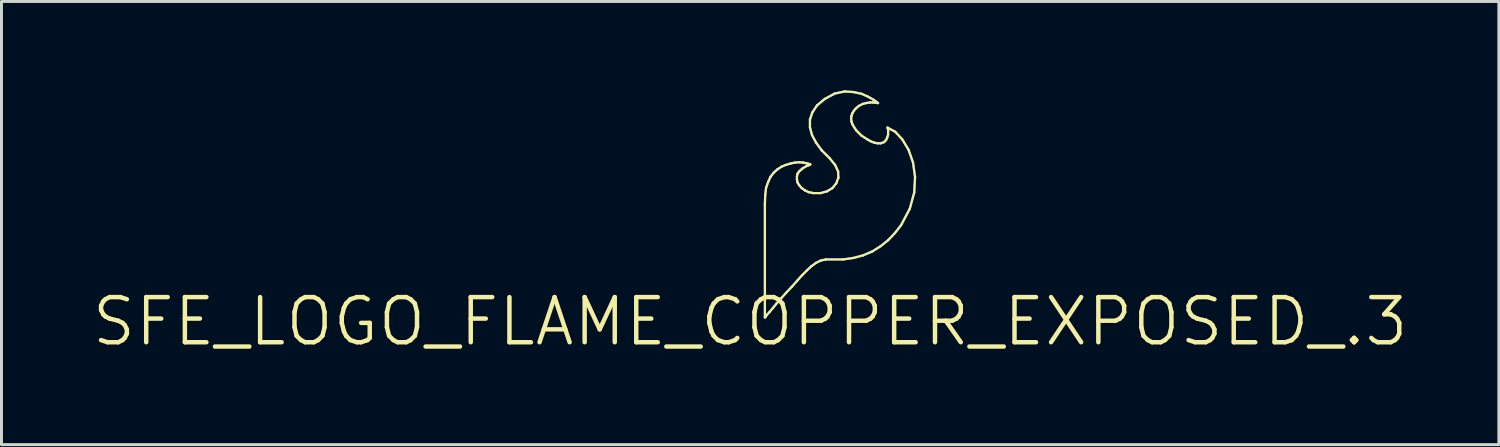
<source format=kicad_pcb>
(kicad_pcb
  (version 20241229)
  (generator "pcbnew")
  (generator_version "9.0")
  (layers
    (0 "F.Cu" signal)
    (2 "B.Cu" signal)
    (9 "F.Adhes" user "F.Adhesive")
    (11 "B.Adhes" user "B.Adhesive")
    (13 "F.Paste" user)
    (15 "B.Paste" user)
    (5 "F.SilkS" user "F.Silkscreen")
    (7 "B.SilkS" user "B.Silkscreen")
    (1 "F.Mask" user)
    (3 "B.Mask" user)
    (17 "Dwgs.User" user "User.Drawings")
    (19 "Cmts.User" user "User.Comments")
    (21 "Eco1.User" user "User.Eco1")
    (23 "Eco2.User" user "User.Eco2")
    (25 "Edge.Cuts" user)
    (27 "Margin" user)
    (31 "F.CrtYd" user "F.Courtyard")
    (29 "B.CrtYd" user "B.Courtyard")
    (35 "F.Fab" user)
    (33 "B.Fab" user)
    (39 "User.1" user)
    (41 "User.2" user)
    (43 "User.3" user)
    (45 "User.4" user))
  (footprint "SFE_LOGO_FLAME_COPPER_EXPOSED_.3"
    (layer "F.Cu")
    (at 22.279 7.808)
    (property "Reference" "SFE_LOGO_FLAME_COPPER_EXPOSED_.3" (at 0 0 0) (layer "F.SilkS") (effects (font (size 1.524 1.524) (thickness 0.15))))
    (attr exclude_from_pos_files exclude_from_bom)
    (fp_line (start 0.498 -3.978) (end 0.498 -0.14) (stroke (width 0.076) (type solid)) (layer "B.Cu"))
    (fp_line (start 0.498 -0.14) (end 0.518 -0.157) (stroke (width 0.076) (type solid)) (layer "B.Cu"))
    (fp_line (start 0.508 -4.27) (end 0.498 -3.978) (stroke (width 0.076) (type solid)) (layer "B.Cu"))
    (fp_line (start 0.518 -0.157) (end 0.569 -0.229) (stroke (width 0.076) (type solid)) (layer "B.Cu"))
    (fp_line (start 0.538 -4.519) (end 0.508 -4.27) (stroke (width 0.076) (type solid)) (layer "B.Cu"))
    (fp_line (start 0.569 -0.229) (end 0.658 -0.328) (stroke (width 0.076) (type solid)) (layer "B.Cu"))
    (fp_line (start 0.61 -4.719) (end 0.538 -4.519) (stroke (width 0.076) (type solid)) (layer "B.Cu"))
    (fp_line (start 0.658 -0.328) (end 0.77 -0.46) (stroke (width 0.076) (type solid)) (layer "B.Cu"))
    (fp_line (start 0.688 -4.889) (end 0.61 -4.719) (stroke (width 0.076) (type solid)) (layer "B.Cu"))
    (fp_line (start 0.77 -0.46) (end 0.899 -0.62) (stroke (width 0.076) (type solid)) (layer "B.Cu"))
    (fp_line (start 0.798 -5.029) (end 0.688 -4.889) (stroke (width 0.076) (type solid)) (layer "B.Cu"))
    (fp_line (start 0.899 -0.62) (end 1.049 -0.79) (stroke (width 0.076) (type solid)) (layer "B.Cu"))
    (fp_line (start 0.919 -5.138) (end 0.798 -5.029) (stroke (width 0.076) (type solid)) (layer "B.Cu"))
    (fp_line (start 1.049 -0.79) (end 1.219 -0.978) (stroke (width 0.076) (type solid)) (layer "B.Cu"))
    (fp_line (start 1.059 -5.23) (end 0.919 -5.138) (stroke (width 0.076) (type solid)) (layer "B.Cu"))
    (fp_line (start 1.199 -5.288) (end 1.059 -5.23) (stroke (width 0.076) (type solid)) (layer "B.Cu"))
    (fp_line (start 1.219 -0.978) (end 1.4 -1.168) (stroke (width 0.076) (type solid)) (layer "B.Cu"))
    (fp_line (start 1.369 -5.339) (end 1.199 -5.288) (stroke (width 0.076) (type solid)) (layer "B.Cu"))
    (fp_line (start 1.4 -1.168) (end 1.587 -1.379) (stroke (width 0.076) (type solid)) (layer "B.Cu"))
    (fp_line (start 1.519 -5.37) (end 1.369 -5.339) (stroke (width 0.076) (type solid)) (layer "B.Cu"))
    (fp_line (start 1.58 -4.9) (end 1.598 -4.989) (stroke (width 0.076) (type solid)) (layer "B.Cu"))
    (fp_line (start 1.58 -4.798) (end 1.58 -4.9) (stroke (width 0.076) (type solid)) (layer "B.Cu"))
    (fp_line (start 1.587 -1.379) (end 1.758 -1.57) (stroke (width 0.076) (type solid)) (layer "B.Cu"))
    (fp_line (start 1.598 -4.989) (end 1.648 -5.06) (stroke (width 0.076) (type solid)) (layer "B.Cu"))
    (fp_line (start 1.598 -4.699) (end 1.58 -4.798) (stroke (width 0.076) (type solid)) (layer "B.Cu"))
    (fp_line (start 1.648 -5.06) (end 1.709 -5.118) (stroke (width 0.076) (type solid)) (layer "B.Cu"))
    (fp_line (start 1.659 -5.38) (end 1.519 -5.37) (stroke (width 0.076) (type solid)) (layer "B.Cu"))
    (fp_line (start 1.659 -4.6) (end 1.598 -4.699) (stroke (width 0.076) (type solid)) (layer "B.Cu"))
    (fp_line (start 1.709 -5.118) (end 1.778 -5.179) (stroke (width 0.076) (type solid)) (layer "B.Cu"))
    (fp_line (start 1.74 -4.508) (end 1.659 -4.6) (stroke (width 0.076) (type solid)) (layer "B.Cu"))
    (fp_line (start 1.758 -1.57) (end 1.918 -1.73) (stroke (width 0.076) (type solid)) (layer "B.Cu"))
    (fp_line (start 1.778 -5.37) (end 1.659 -5.38) (stroke (width 0.076) (type solid)) (layer "B.Cu"))
    (fp_line (start 1.778 -5.179) (end 1.849 -5.22) (stroke (width 0.076) (type solid)) (layer "B.Cu"))
    (fp_line (start 1.849 -5.22) (end 1.918 -5.258) (stroke (width 0.076) (type solid)) (layer "B.Cu"))
    (fp_line (start 1.849 -4.43) (end 1.74 -4.508) (stroke (width 0.076) (type solid)) (layer "B.Cu"))
    (fp_line (start 1.89 -5.349) (end 1.778 -5.37) (stroke (width 0.076) (type solid)) (layer "B.Cu"))
    (fp_line (start 1.918 -5.258) (end 1.979 -5.278) (stroke (width 0.076) (type solid)) (layer "B.Cu"))
    (fp_line (start 1.918 -1.73) (end 2.068 -1.869) (stroke (width 0.076) (type solid)) (layer "B.Cu"))
    (fp_line (start 1.958 -5.329) (end 1.89 -5.349) (stroke (width 0.076) (type solid)) (layer "B.Cu"))
    (fp_line (start 1.979 -5.278) (end 2.009 -5.298) (stroke (width 0.076) (type solid)) (layer "B.Cu"))
    (fp_line (start 1.979 -4.369) (end 1.849 -4.43) (stroke (width 0.076) (type solid)) (layer "B.Cu"))
    (fp_line (start 2.009 -5.319) (end 1.958 -5.329) (stroke (width 0.076) (type solid)) (layer "B.Cu"))
    (fp_line (start 2.009 -5.298) (end 2.029 -5.309) (stroke (width 0.076) (type solid)) (layer "B.Cu"))
    (fp_line (start 2.019 -6.82) (end 2.019 -6.558) (stroke (width 0.076) (type solid)) (layer "B.Cu"))
    (fp_line (start 2.019 -6.558) (end 2.088 -6.299) (stroke (width 0.076) (type solid)) (layer "B.Cu"))
    (fp_line (start 2.029 -5.309) (end 2.009 -5.319) (stroke (width 0.076) (type solid)) (layer "B.Cu"))
    (fp_line (start 2.068 -1.869) (end 2.22 -1.979) (stroke (width 0.076) (type solid)) (layer "B.Cu"))
    (fp_line (start 2.088 -6.299) (end 2.228 -6.038) (stroke (width 0.076) (type solid)) (layer "B.Cu"))
    (fp_line (start 2.098 -7.059) (end 2.019 -6.82) (stroke (width 0.076) (type solid)) (layer "B.Cu"))
    (fp_line (start 2.139 -4.338) (end 1.979 -4.369) (stroke (width 0.076) (type solid)) (layer "B.Cu"))
    (fp_line (start 2.22 -1.979) (end 2.38 -2.06) (stroke (width 0.076) (type solid)) (layer "B.Cu"))
    (fp_line (start 2.228 -6.038) (end 2.418 -5.779) (stroke (width 0.076) (type solid)) (layer "B.Cu"))
    (fp_line (start 2.258 -7.3) (end 2.098 -7.059) (stroke (width 0.076) (type solid)) (layer "B.Cu"))
    (fp_line (start 2.38 -4.338) (end 2.139 -4.338) (stroke (width 0.076) (type solid)) (layer "B.Cu"))
    (fp_line (start 2.38 -2.06) (end 2.558 -2.098) (stroke (width 0.076) (type solid)) (layer "B.Cu"))
    (fp_line (start 2.418 -5.779) (end 2.68 -5.519) (stroke (width 0.076) (type solid)) (layer "B.Cu"))
    (fp_line (start 2.52 -7.518) (end 2.258 -7.3) (stroke (width 0.076) (type solid)) (layer "B.Cu"))
    (fp_line (start 2.558 -2.098) (end 3.139 -2.098) (stroke (width 0.076) (type solid)) (layer "B.Cu"))
    (fp_line (start 2.598 -4.399) (end 2.38 -4.338) (stroke (width 0.076) (type solid)) (layer "B.Cu"))
    (fp_line (start 2.68 -5.519) (end 2.868 -5.288) (stroke (width 0.076) (type solid)) (layer "B.Cu"))
    (fp_line (start 2.779 -4.508) (end 2.598 -4.399) (stroke (width 0.076) (type solid)) (layer "B.Cu"))
    (fp_line (start 2.857 -7.699) (end 2.52 -7.518) (stroke (width 0.076) (type solid)) (layer "B.Cu"))
    (fp_line (start 2.868 -5.288) (end 2.969 -5.07) (stroke (width 0.076) (type solid)) (layer "B.Cu"))
    (fp_line (start 2.908 -4.669) (end 2.779 -4.508) (stroke (width 0.076) (type solid)) (layer "B.Cu"))
    (fp_line (start 2.969 -5.07) (end 2.979 -4.859) (stroke (width 0.076) (type solid)) (layer "B.Cu"))
    (fp_line (start 2.979 -4.859) (end 2.908 -4.669) (stroke (width 0.076) (type solid)) (layer "B.Cu"))
    (fp_line (start 3.139 -2.098) (end 3.49 -2.149) (stroke (width 0.076) (type solid)) (layer "B.Cu"))
    (fp_line (start 3.188 -7.77) (end 2.857 -7.699) (stroke (width 0.076) (type solid)) (layer "B.Cu"))
    (fp_line (start 3.409 -6.858) (end 3.419 -6.939) (stroke (width 0.076) (type solid)) (layer "B.Cu"))
    (fp_line (start 3.419 -6.939) (end 3.449 -7.028) (stroke (width 0.076) (type solid)) (layer "B.Cu"))
    (fp_line (start 3.419 -6.759) (end 3.409 -6.858) (stroke (width 0.076) (type solid)) (layer "B.Cu"))
    (fp_line (start 3.449 -7.028) (end 3.498 -7.109) (stroke (width 0.076) (type solid)) (layer "B.Cu"))
    (fp_line (start 3.449 -6.668) (end 3.419 -6.759) (stroke (width 0.076) (type solid)) (layer "B.Cu"))
    (fp_line (start 3.49 -7.75) (end 3.188 -7.77) (stroke (width 0.076) (type solid)) (layer "B.Cu"))
    (fp_line (start 3.49 -2.149) (end 3.818 -2.238) (stroke (width 0.076) (type solid)) (layer "B.Cu"))
    (fp_line (start 3.498 -7.109) (end 3.559 -7.188) (stroke (width 0.076) (type solid)) (layer "B.Cu"))
    (fp_line (start 3.508 -6.568) (end 3.449 -6.668) (stroke (width 0.076) (type solid)) (layer "B.Cu"))
    (fp_line (start 3.559 -7.188) (end 3.668 -7.28) (stroke (width 0.076) (type solid)) (layer "B.Cu"))
    (fp_line (start 3.579 -6.459) (end 3.508 -6.568) (stroke (width 0.076) (type solid)) (layer "B.Cu"))
    (fp_line (start 3.668 -7.28) (end 3.8 -7.348) (stroke (width 0.076) (type solid)) (layer "B.Cu"))
    (fp_line (start 3.668 -6.368) (end 3.579 -6.459) (stroke (width 0.076) (type solid)) (layer "B.Cu"))
    (fp_line (start 3.759 -6.279) (end 3.668 -6.368) (stroke (width 0.076) (type solid)) (layer "B.Cu"))
    (fp_line (start 3.769 -7.689) (end 3.49 -7.75) (stroke (width 0.076) (type solid)) (layer "B.Cu"))
    (fp_line (start 3.8 -7.348) (end 3.919 -7.379) (stroke (width 0.076) (type solid)) (layer "B.Cu"))
    (fp_line (start 3.818 -2.238) (end 4.128 -2.37) (stroke (width 0.076) (type solid)) (layer "B.Cu"))
    (fp_line (start 3.868 -6.208) (end 3.759 -6.279) (stroke (width 0.076) (type solid)) (layer "B.Cu"))
    (fp_line (start 3.919 -7.379) (end 4.049 -7.399) (stroke (width 0.076) (type solid)) (layer "B.Cu"))
    (fp_line (start 3.978 -6.139) (end 3.868 -6.208) (stroke (width 0.076) (type solid)) (layer "B.Cu"))
    (fp_line (start 3.988 -7.59) (end 3.769 -7.689) (stroke (width 0.076) (type solid)) (layer "B.Cu"))
    (fp_line (start 4.049 -7.399) (end 4.148 -7.399) (stroke (width 0.076) (type solid)) (layer "B.Cu"))
    (fp_line (start 4.089 -6.078) (end 3.978 -6.139) (stroke (width 0.076) (type solid)) (layer "B.Cu"))
    (fp_line (start 4.128 -2.37) (end 4.409 -2.548) (stroke (width 0.076) (type solid)) (layer "B.Cu"))
    (fp_line (start 4.148 -7.399) (end 4.239 -7.389) (stroke (width 0.076) (type solid)) (layer "B.Cu"))
    (fp_line (start 4.168 -7.488) (end 3.988 -7.59) (stroke (width 0.076) (type solid)) (layer "B.Cu"))
    (fp_line (start 4.199 -6.038) (end 4.089 -6.078) (stroke (width 0.076) (type solid)) (layer "B.Cu"))
    (fp_line (start 4.239 -7.389) (end 4.298 -7.379) (stroke (width 0.076) (type solid)) (layer "B.Cu"))
    (fp_line (start 4.28 -7.409) (end 4.168 -7.488) (stroke (width 0.076) (type solid)) (layer "B.Cu"))
    (fp_line (start 4.298 -7.379) (end 4.318 -7.379) (stroke (width 0.076) (type solid)) (layer "B.Cu"))
    (fp_line (start 4.308 -6.02) (end 4.199 -6.038) (stroke (width 0.076) (type solid)) (layer "B.Cu"))
    (fp_line (start 4.318 -7.379) (end 4.28 -7.409) (stroke (width 0.076) (type solid)) (layer "B.Cu"))
    (fp_line (start 4.409 -6.02) (end 4.308 -6.02) (stroke (width 0.076) (type solid)) (layer "B.Cu"))
    (fp_line (start 4.409 -2.548) (end 4.658 -2.748) (stroke (width 0.076) (type solid)) (layer "B.Cu"))
    (fp_line (start 4.519 -6.058) (end 4.409 -6.02) (stroke (width 0.076) (type solid)) (layer "B.Cu"))
    (fp_line (start 4.59 -6.129) (end 4.519 -6.058) (stroke (width 0.076) (type solid)) (layer "B.Cu"))
    (fp_line (start 4.628 -6.218) (end 4.59 -6.129) (stroke (width 0.076) (type solid)) (layer "B.Cu"))
    (fp_line (start 4.638 -6.548) (end 4.648 -6.538) (stroke (width 0.076) (type solid)) (layer "B.Cu"))
    (fp_line (start 4.648 -6.538) (end 4.648 -6.518) (stroke (width 0.076) (type solid)) (layer "B.Cu"))
    (fp_line (start 4.648 -6.518) (end 4.658 -6.469) (stroke (width 0.076) (type solid)) (layer "B.Cu"))
    (fp_line (start 4.658 -6.469) (end 4.658 -6.309) (stroke (width 0.076) (type solid)) (layer "B.Cu"))
    (fp_line (start 4.658 -6.309) (end 4.628 -6.218) (stroke (width 0.076) (type solid)) (layer "B.Cu"))
    (fp_line (start 4.658 -2.748) (end 4.889 -2.99) (stroke (width 0.076) (type solid)) (layer "B.Cu"))
    (fp_line (start 4.889 -2.99) (end 5.098 -3.259) (stroke (width 0.076) (type solid)) (layer "B.Cu"))
    (fp_line (start 4.9 -6.408) (end 4.638 -6.548) (stroke (width 0.076) (type solid)) (layer "B.Cu"))
    (fp_line (start 5.098 -3.259) (end 5.39 -3.81) (stroke (width 0.076) (type solid)) (layer "B.Cu"))
    (fp_line (start 5.138 -6.149) (end 4.9 -6.408) (stroke (width 0.076) (type solid)) (layer "B.Cu"))
    (fp_line (start 5.349 -5.799) (end 5.138 -6.149) (stroke (width 0.076) (type solid)) (layer "B.Cu"))
    (fp_line (start 5.39 -3.81) (end 5.54 -4.359) (stroke (width 0.076) (type solid)) (layer "B.Cu"))
    (fp_line (start 5.499 -5.37) (end 5.349 -5.799) (stroke (width 0.076) (type solid)) (layer "B.Cu"))
    (fp_line (start 5.54 -4.359) (end 5.568 -4.879) (stroke (width 0.076) (type solid)) (layer "B.Cu"))
    (fp_line (start 5.568 -4.879) (end 5.499 -5.37) (stroke (width 0.076) (type solid)) (layer "B.Cu"))
    (fp_line (start 0.498 -3.978) (end 0.498 -0.14) (stroke (width 0.076) (type solid)) (layer "F.SilkS"))
    (fp_line (start 0.498 -0.14) (end 0.518 -0.157) (stroke (width 0.076) (type solid)) (layer "F.SilkS"))
    (fp_line (start 0.508 -4.27) (end 0.498 -3.978) (stroke (width 0.076) (type solid)) (layer "F.SilkS"))
    (fp_line (start 0.518 -0.157) (end 0.569 -0.229) (stroke (width 0.076) (type solid)) (layer "F.SilkS"))
    (fp_line (start 0.538 -4.519) (end 0.508 -4.27) (stroke (width 0.076) (type solid)) (layer "F.SilkS"))
    (fp_line (start 0.569 -0.229) (end 0.658 -0.328) (stroke (width 0.076) (type solid)) (layer "F.SilkS"))
    (fp_line (start 0.61 -4.719) (end 0.538 -4.519) (stroke (width 0.076) (type solid)) (layer "F.SilkS"))
    (fp_line (start 0.658 -0.328) (end 0.77 -0.46) (stroke (width 0.076) (type solid)) (layer "F.SilkS"))
    (fp_line (start 0.688 -4.889) (end 0.61 -4.719) (stroke (width 0.076) (type solid)) (layer "F.SilkS"))
    (fp_line (start 0.77 -0.46) (end 0.899 -0.62) (stroke (width 0.076) (type solid)) (layer "F.SilkS"))
    (fp_line (start 0.798 -5.029) (end 0.688 -4.889) (stroke (width 0.076) (type solid)) (layer "F.SilkS"))
    (fp_line (start 0.899 -0.62) (end 1.049 -0.79) (stroke (width 0.076) (type solid)) (layer "F.SilkS"))
    (fp_line (start 0.919 -5.138) (end 0.798 -5.029) (stroke (width 0.076) (type solid)) (layer "F.SilkS"))
    (fp_line (start 1.049 -0.79) (end 1.219 -0.978) (stroke (width 0.076) (type solid)) (layer "F.SilkS"))
    (fp_line (start 1.059 -5.23) (end 0.919 -5.138) (stroke (width 0.076) (type solid)) (layer "F.SilkS"))
    (fp_line (start 1.199 -5.288) (end 1.059 -5.23) (stroke (width 0.076) (type solid)) (layer "F.SilkS"))
    (fp_line (start 1.219 -0.978) (end 1.4 -1.168) (stroke (width 0.076) (type solid)) (layer "F.SilkS"))
    (fp_line (start 1.369 -5.339) (end 1.199 -5.288) (stroke (width 0.076) (type solid)) (layer "F.SilkS"))
    (fp_line (start 1.4 -1.168) (end 1.587 -1.379) (stroke (width 0.076) (type solid)) (layer "F.SilkS"))
    (fp_line (start 1.519 -5.37) (end 1.369 -5.339) (stroke (width 0.076) (type solid)) (layer "F.SilkS"))
    (fp_line (start 1.58 -4.9) (end 1.598 -4.989) (stroke (width 0.076) (type solid)) (layer "F.SilkS"))
    (fp_line (start 1.58 -4.798) (end 1.58 -4.9) (stroke (width 0.076) (type solid)) (layer "F.SilkS"))
    (fp_line (start 1.587 -1.379) (end 1.758 -1.57) (stroke (width 0.076) (type solid)) (layer "F.SilkS"))
    (fp_line (start 1.598 -4.989) (end 1.648 -5.06) (stroke (width 0.076) (type solid)) (layer "F.SilkS"))
    (fp_line (start 1.598 -4.699) (end 1.58 -4.798) (stroke (width 0.076) (type solid)) (layer "F.SilkS"))
    (fp_line (start 1.648 -5.06) (end 1.709 -5.118) (stroke (width 0.076) (type solid)) (layer "F.SilkS"))
    (fp_line (start 1.659 -5.38) (end 1.519 -5.37) (stroke (width 0.076) (type solid)) (layer "F.SilkS"))
    (fp_line (start 1.659 -4.6) (end 1.598 -4.699) (stroke (width 0.076) (type solid)) (layer "F.SilkS"))
    (fp_line (start 1.709 -5.118) (end 1.778 -5.179) (stroke (width 0.076) (type solid)) (layer "F.SilkS"))
    (fp_line (start 1.74 -4.508) (end 1.659 -4.6) (stroke (width 0.076) (type solid)) (layer "F.SilkS"))
    (fp_line (start 1.758 -1.57) (end 1.918 -1.73) (stroke (width 0.076) (type solid)) (layer "F.SilkS"))
    (fp_line (start 1.778 -5.37) (end 1.659 -5.38) (stroke (width 0.076) (type solid)) (layer "F.SilkS"))
    (fp_line (start 1.778 -5.179) (end 1.918 -5.258) (stroke (width 0.076) (type solid)) (layer "F.SilkS"))
    (fp_line (start 1.849 -4.43) (end 1.74 -4.508) (stroke (width 0.076) (type solid)) (layer "F.SilkS"))
    (fp_line (start 1.89 -5.349) (end 1.778 -5.37) (stroke (width 0.076) (type solid)) (layer "F.SilkS"))
    (fp_line (start 1.918 -5.258) (end 1.979 -5.278) (stroke (width 0.076) (type solid)) (layer "F.SilkS"))
    (fp_line (start 1.918 -1.73) (end 2.068 -1.869) (stroke (width 0.076) (type solid)) (layer "F.SilkS"))
    (fp_line (start 1.958 -5.329) (end 1.89 -5.349) (stroke (width 0.076) (type solid)) (layer "F.SilkS"))
    (fp_line (start 1.979 -5.278) (end 2.009 -5.298) (stroke (width 0.076) (type solid)) (layer "F.SilkS"))
    (fp_line (start 1.979 -4.369) (end 1.849 -4.43) (stroke (width 0.076) (type solid)) (layer "F.SilkS"))
    (fp_line (start 2.009 -5.319) (end 1.958 -5.329) (stroke (width 0.076) (type solid)) (layer "F.SilkS"))
    (fp_line (start 2.009 -5.298) (end 2.029 -5.309) (stroke (width 0.076) (type solid)) (layer "F.SilkS"))
    (fp_line (start 2.019 -6.82) (end 2.019 -6.558) (stroke (width 0.076) (type solid)) (layer "F.SilkS"))
    (fp_line (start 2.019 -6.558) (end 2.088 -6.299) (stroke (width 0.076) (type solid)) (layer "F.SilkS"))
    (fp_line (start 2.029 -5.309) (end 2.009 -5.319) (stroke (width 0.076) (type solid)) (layer "F.SilkS"))
    (fp_line (start 2.068 -1.869) (end 2.22 -1.979) (stroke (width 0.076) (type solid)) (layer "F.SilkS"))
    (fp_line (start 2.088 -6.299) (end 2.228 -6.038) (stroke (width 0.076) (type solid)) (layer "F.SilkS"))
    (fp_line (start 2.098 -7.059) (end 2.019 -6.82) (stroke (width 0.076) (type solid)) (layer "F.SilkS"))
    (fp_line (start 2.139 -4.338) (end 1.979 -4.369) (stroke (width 0.076) (type solid)) (layer "F.SilkS"))
    (fp_line (start 2.22 -1.979) (end 2.38 -2.06) (stroke (width 0.076) (type solid)) (layer "F.SilkS"))
    (fp_line (start 2.228 -6.038) (end 2.418 -5.779) (stroke (width 0.076) (type solid)) (layer "F.SilkS"))
    (fp_line (start 2.258 -7.3) (end 2.098 -7.059) (stroke (width 0.076) (type solid)) (layer "F.SilkS"))
    (fp_line (start 2.38 -4.338) (end 2.139 -4.338) (stroke (width 0.076) (type solid)) (layer "F.SilkS"))
    (fp_line (start 2.38 -2.06) (end 2.558 -2.098) (stroke (width 0.076) (type solid)) (layer "F.SilkS"))
    (fp_line (start 2.418 -5.779) (end 2.68 -5.519) (stroke (width 0.076) (type solid)) (layer "F.SilkS"))
    (fp_line (start 2.52 -7.518) (end 2.258 -7.3) (stroke (width 0.076) (type solid)) (layer "F.SilkS"))
    (fp_line (start 2.558 -2.098) (end 3.139 -2.098) (stroke (width 0.076) (type solid)) (layer "F.SilkS"))
    (fp_line (start 2.598 -4.399) (end 2.38 -4.338) (stroke (width 0.076) (type solid)) (layer "F.SilkS"))
    (fp_line (start 2.68 -5.519) (end 2.868 -5.288) (stroke (width 0.076) (type solid)) (layer "F.SilkS"))
    (fp_line (start 2.779 -4.508) (end 2.598 -4.399) (stroke (width 0.076) (type solid)) (layer "F.SilkS"))
    (fp_line (start 2.857 -7.699) (end 2.52 -7.518) (stroke (width 0.076) (type solid)) (layer "F.SilkS"))
    (fp_line (start 2.868 -5.288) (end 2.969 -5.07) (stroke (width 0.076) (type solid)) (layer "F.SilkS"))
    (fp_line (start 2.908 -4.669) (end 2.779 -4.508) (stroke (width 0.076) (type solid)) (layer "F.SilkS"))
    (fp_line (start 2.969 -5.07) (end 2.979 -4.859) (stroke (width 0.076) (type solid)) (layer "F.SilkS"))
    (fp_line (start 2.979 -4.859) (end 2.908 -4.669) (stroke (width 0.076) (type solid)) (layer "F.SilkS"))
    (fp_line (start 3.139 -2.098) (end 3.49 -2.149) (stroke (width 0.076) (type solid)) (layer "F.SilkS"))
    (fp_line (start 3.188 -7.77) (end 2.857 -7.699) (stroke (width 0.076) (type solid)) (layer "F.SilkS"))
    (fp_line (start 3.409 -6.858) (end 3.419 -6.939) (stroke (width 0.076) (type solid)) (layer "F.SilkS"))
    (fp_line (start 3.419 -6.939) (end 3.449 -7.028) (stroke (width 0.076) (type solid)) (layer "F.SilkS"))
    (fp_line (start 3.419 -6.759) (end 3.409 -6.858) (stroke (width 0.076) (type solid)) (layer "F.SilkS"))
    (fp_line (start 3.449 -7.028) (end 3.498 -7.109) (stroke (width 0.076) (type solid)) (layer "F.SilkS"))
    (fp_line (start 3.449 -6.668) (end 3.419 -6.759) (stroke (width 0.076) (type solid)) (layer "F.SilkS"))
    (fp_line (start 3.49 -7.75) (end 3.188 -7.77) (stroke (width 0.076) (type solid)) (layer "F.SilkS"))
    (fp_line (start 3.49 -2.149) (end 3.818 -2.238) (stroke (width 0.076) (type solid)) (layer "F.SilkS"))
    (fp_line (start 3.498 -7.109) (end 3.559 -7.188) (stroke (width 0.076) (type solid)) (layer "F.SilkS"))
    (fp_line (start 3.508 -6.568) (end 3.449 -6.668) (stroke (width 0.076) (type solid)) (layer "F.SilkS"))
    (fp_line (start 3.559 -7.188) (end 3.668 -7.28) (stroke (width 0.076) (type solid)) (layer "F.SilkS"))
    (fp_line (start 3.579 -6.459) (end 3.508 -6.568) (stroke (width 0.076) (type solid)) (layer "F.SilkS"))
    (fp_line (start 3.668 -7.28) (end 3.8 -7.348) (stroke (width 0.076) (type solid)) (layer "F.SilkS"))
    (fp_line (start 3.759 -6.279) (end 3.579 -6.459) (stroke (width 0.076) (type solid)) (layer "F.SilkS"))
    (fp_line (start 3.769 -7.689) (end 3.49 -7.75) (stroke (width 0.076) (type solid)) (layer "F.SilkS"))
    (fp_line (start 3.8 -7.348) (end 3.919 -7.379) (stroke (width 0.076) (type solid)) (layer "F.SilkS"))
    (fp_line (start 3.818 -2.238) (end 4.128 -2.37) (stroke (width 0.076) (type solid)) (layer "F.SilkS"))
    (fp_line (start 3.919 -7.379) (end 4.049 -7.399) (stroke (width 0.076) (type solid)) (layer "F.SilkS"))
    (fp_line (start 3.978 -6.139) (end 3.759 -6.279) (stroke (width 0.076) (type solid)) (layer "F.SilkS"))
    (fp_line (start 3.988 -7.59) (end 3.769 -7.689) (stroke (width 0.076) (type solid)) (layer "F.SilkS"))
    (fp_line (start 4.049 -7.399) (end 4.148 -7.399) (stroke (width 0.076) (type solid)) (layer "F.SilkS"))
    (fp_line (start 4.089 -6.078) (end 3.978 -6.139) (stroke (width 0.076) (type solid)) (layer "F.SilkS"))
    (fp_line (start 4.128 -2.37) (end 4.409 -2.548) (stroke (width 0.076) (type solid)) (layer "F.SilkS"))
    (fp_line (start 4.148 -7.399) (end 4.239 -7.389) (stroke (width 0.076) (type solid)) (layer "F.SilkS"))
    (fp_line (start 4.168 -7.488) (end 3.988 -7.59) (stroke (width 0.076) (type solid)) (layer "F.SilkS"))
    (fp_line (start 4.199 -6.038) (end 4.089 -6.078) (stroke (width 0.076) (type solid)) (layer "F.SilkS"))
    (fp_line (start 4.239 -7.389) (end 4.298 -7.379) (stroke (width 0.076) (type solid)) (layer "F.SilkS"))
    (fp_line (start 4.28 -7.409) (end 4.168 -7.488) (stroke (width 0.076) (type solid)) (layer "F.SilkS"))
    (fp_line (start 4.298 -7.379) (end 4.318 -7.379) (stroke (width 0.076) (type solid)) (layer "F.SilkS"))
    (fp_line (start 4.308 -6.02) (end 4.199 -6.038) (stroke (width 0.076) (type solid)) (layer "F.SilkS"))
    (fp_line (start 4.318 -7.379) (end 4.28 -7.409) (stroke (width 0.076) (type solid)) (layer "F.SilkS"))
    (fp_line (start 4.409 -6.02) (end 4.308 -6.02) (stroke (width 0.076) (type solid)) (layer "F.SilkS"))
    (fp_line (start 4.409 -2.548) (end 4.658 -2.748) (stroke (width 0.076) (type solid)) (layer "F.SilkS"))
    (fp_line (start 4.519 -6.058) (end 4.409 -6.02) (stroke (width 0.076) (type solid)) (layer "F.SilkS"))
    (fp_line (start 4.59 -6.129) (end 4.519 -6.058) (stroke (width 0.076) (type solid)) (layer "F.SilkS"))
    (fp_line (start 4.628 -6.218) (end 4.59 -6.129) (stroke (width 0.076) (type solid)) (layer "F.SilkS"))
    (fp_line (start 4.638 -6.548) (end 4.648 -6.538) (stroke (width 0.076) (type solid)) (layer "F.SilkS"))
    (fp_line (start 4.648 -6.538) (end 4.648 -6.518) (stroke (width 0.076) (type solid)) (layer "F.SilkS"))
    (fp_line (start 4.648 -6.518) (end 4.658 -6.469) (stroke (width 0.076) (type solid)) (layer "F.SilkS"))
    (fp_line (start 4.658 -6.469) (end 4.658 -6.309) (stroke (width 0.076) (type solid)) (layer "F.SilkS"))
    (fp_line (start 4.658 -6.309) (end 4.628 -6.218) (stroke (width 0.076) (type solid)) (layer "F.SilkS"))
    (fp_line (start 4.658 -2.748) (end 4.889 -2.99) (stroke (width 0.076) (type solid)) (layer "F.SilkS"))
    (fp_line (start 4.889 -2.99) (end 5.098 -3.259) (stroke (width 0.076) (type solid)) (layer "F.SilkS"))
    (fp_line (start 4.9 -6.408) (end 4.638 -6.548) (stroke (width 0.076) (type solid)) (layer "F.SilkS"))
    (fp_line (start 5.098 -3.259) (end 5.39 -3.81) (stroke (width 0.076) (type solid)) (layer "F.SilkS"))
    (fp_line (start 5.138 -6.149) (end 4.9 -6.408) (stroke (width 0.076) (type solid)) (layer "F.SilkS"))
    (fp_line (start 5.349 -5.799) (end 5.138 -6.149) (stroke (width 0.076) (type solid)) (layer "F.SilkS"))
    (fp_line (start 5.39 -3.81) (end 5.54 -4.359) (stroke (width 0.076) (type solid)) (layer "F.SilkS"))
    (fp_line (start 5.499 -5.37) (end 5.349 -5.799) (stroke (width 0.076) (type solid)) (layer "F.SilkS"))
    (fp_line (start 5.54 -4.359) (end 5.568 -4.879) (stroke (width 0.076) (type solid)) (layer "F.SilkS"))
    (fp_line (start 5.568 -4.879) (end 5.499 -5.37) (stroke (width 0.076) (type solid)) (layer "F.SilkS")))
  (gr_rect
    (start -3 -3)
    (end 47.559 11.963)
    (stroke (width 0.1) (type default))
    (fill no)
    (layer "Edge.Cuts")))
</source>
